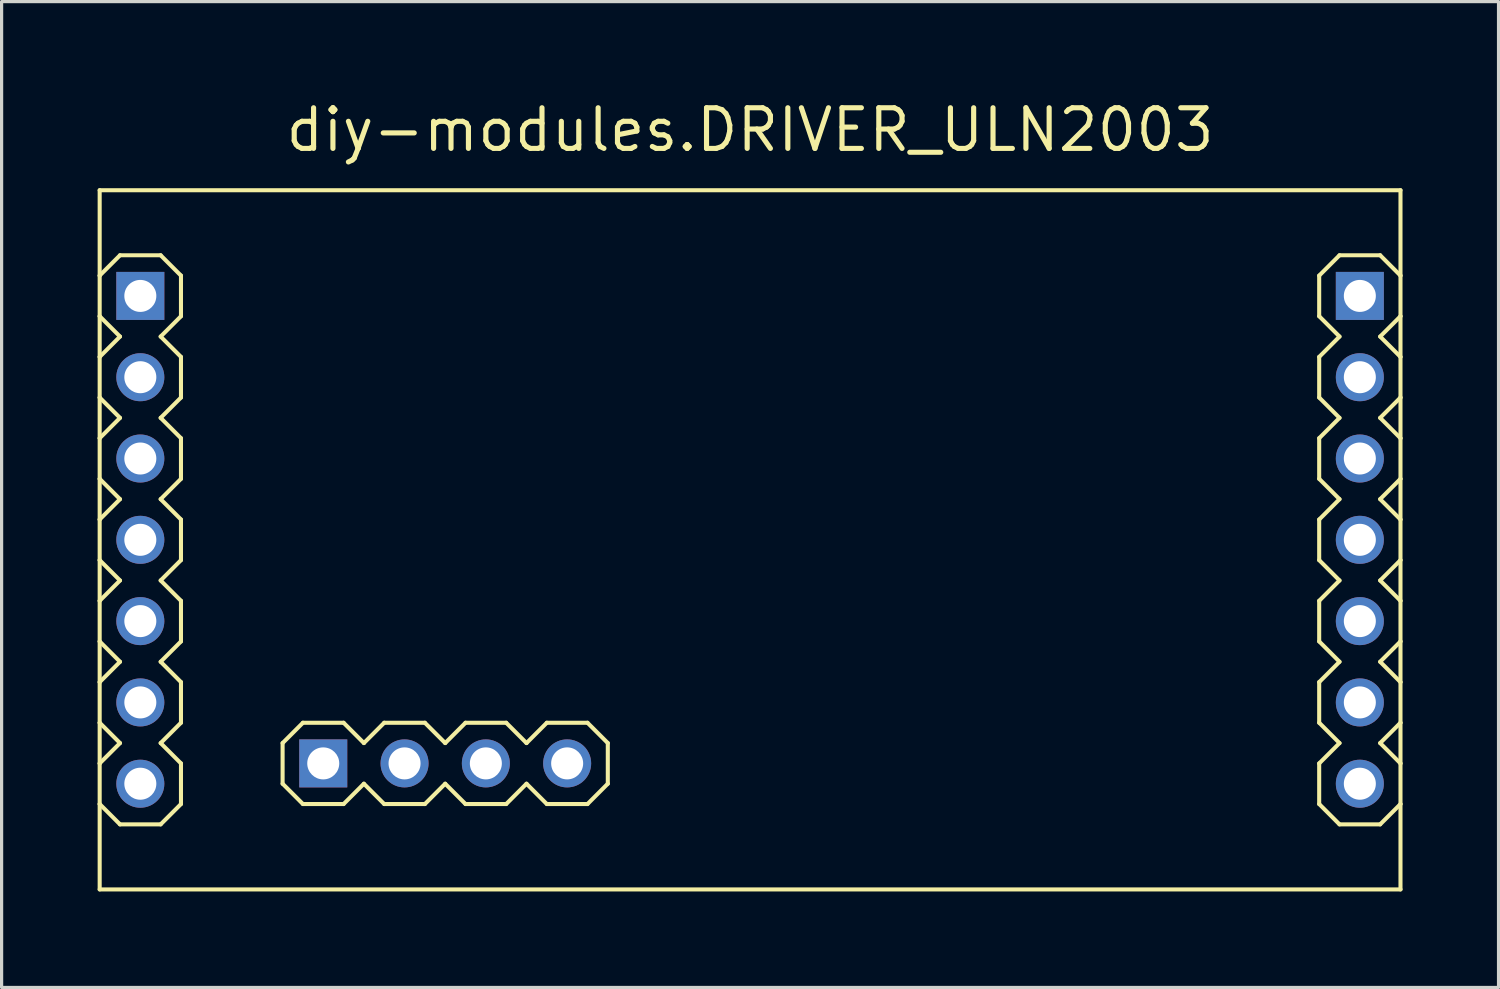
<source format=kicad_pcb>
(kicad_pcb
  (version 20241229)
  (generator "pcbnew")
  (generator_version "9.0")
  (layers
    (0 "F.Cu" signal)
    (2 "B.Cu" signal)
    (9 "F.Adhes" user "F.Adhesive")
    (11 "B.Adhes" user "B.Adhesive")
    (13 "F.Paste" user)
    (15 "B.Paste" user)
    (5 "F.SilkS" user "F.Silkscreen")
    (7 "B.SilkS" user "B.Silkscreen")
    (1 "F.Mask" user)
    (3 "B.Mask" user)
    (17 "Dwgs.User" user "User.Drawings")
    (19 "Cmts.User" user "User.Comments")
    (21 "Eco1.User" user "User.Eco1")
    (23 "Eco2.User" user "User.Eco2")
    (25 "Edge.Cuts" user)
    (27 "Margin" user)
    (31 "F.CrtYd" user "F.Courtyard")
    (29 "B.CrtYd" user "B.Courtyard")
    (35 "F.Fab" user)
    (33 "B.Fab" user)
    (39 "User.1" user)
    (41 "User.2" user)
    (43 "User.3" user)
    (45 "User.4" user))
  (footprint "diy-modules.DRIVER_ULN2003"
    (layer "F.Cu")
    (at 20.384 13.815)
    (property "Reference" "diy-modules.DRIVER_ULN2003" (at 0 -12.065 0) (layer "F.SilkS") (effects (font (size 1.27 1.27) (thickness 0.16)) (justify bottom)))
    (attr through_hole)
    (fp_line (start -20.32 -10.922) (end 20.32 -10.922) (stroke (width 0.127) (type default)) (layer "F.SilkS"))
    (fp_line (start -20.32 -8.255) (end -20.32 -10.922) (stroke (width 0.127) (type default)) (layer "F.SilkS"))
    (fp_line (start -20.32 -8.255) (end -19.685 -8.89) (stroke (width 0.127) (type default)) (layer "F.SilkS"))
    (fp_line (start -20.32 -6.985) (end -20.32 -8.255) (stroke (width 0.127) (type default)) (layer "F.SilkS"))
    (fp_line (start -20.32 -5.715) (end -20.32 -6.985) (stroke (width 0.127) (type default)) (layer "F.SilkS"))
    (fp_line (start -20.32 -5.715) (end -19.685 -6.35) (stroke (width 0.127) (type default)) (layer "F.SilkS"))
    (fp_line (start -20.32 -4.445) (end -20.32 -5.715) (stroke (width 0.127) (type default)) (layer "F.SilkS"))
    (fp_line (start -20.32 -3.175) (end -20.32 -4.445) (stroke (width 0.127) (type default)) (layer "F.SilkS"))
    (fp_line (start -20.32 -3.175) (end -19.685 -3.81) (stroke (width 0.127) (type default)) (layer "F.SilkS"))
    (fp_line (start -20.32 -1.905) (end -20.32 -3.175) (stroke (width 0.127) (type default)) (layer "F.SilkS"))
    (fp_line (start -20.32 -0.635) (end -20.32 -1.905) (stroke (width 0.127) (type default)) (layer "F.SilkS"))
    (fp_line (start -20.32 -0.635) (end -19.685 -1.27) (stroke (width 0.127) (type default)) (layer "F.SilkS"))
    (fp_line (start -20.32 0.635) (end -20.32 -0.635) (stroke (width 0.127) (type default)) (layer "F.SilkS"))
    (fp_line (start -20.32 1.905) (end -20.32 0.635) (stroke (width 0.127) (type default)) (layer "F.SilkS"))
    (fp_line (start -20.32 1.905) (end -19.685 1.27) (stroke (width 0.127) (type default)) (layer "F.SilkS"))
    (fp_line (start -20.32 3.175) (end -20.32 1.905) (stroke (width 0.127) (type default)) (layer "F.SilkS"))
    (fp_line (start -20.32 4.445) (end -20.32 3.175) (stroke (width 0.127) (type default)) (layer "F.SilkS"))
    (fp_line (start -20.32 4.445) (end -19.685 3.81) (stroke (width 0.127) (type default)) (layer "F.SilkS"))
    (fp_line (start -20.32 5.715) (end -20.32 4.445) (stroke (width 0.127) (type default)) (layer "F.SilkS"))
    (fp_line (start -20.32 6.985) (end -20.32 5.715) (stroke (width 0.127) (type default)) (layer "F.SilkS"))
    (fp_line (start -20.32 6.985) (end -19.685 6.35) (stroke (width 0.127) (type default)) (layer "F.SilkS"))
    (fp_line (start -20.32 8.255) (end -20.32 6.985) (stroke (width 0.127) (type default)) (layer "F.SilkS"))
    (fp_line (start -20.32 10.922) (end -20.32 8.255) (stroke (width 0.127) (type default)) (layer "F.SilkS"))
    (fp_line (start -19.685 -8.89) (end -18.415 -8.89) (stroke (width 0.127) (type default)) (layer "F.SilkS"))
    (fp_line (start -19.685 -6.35) (end -20.32 -6.985) (stroke (width 0.127) (type default)) (layer "F.SilkS"))
    (fp_line (start -19.685 -3.81) (end -20.32 -4.445) (stroke (width 0.127) (type default)) (layer "F.SilkS"))
    (fp_line (start -19.685 -1.27) (end -20.32 -1.905) (stroke (width 0.127) (type default)) (layer "F.SilkS"))
    (fp_line (start -19.685 1.27) (end -20.32 0.635) (stroke (width 0.127) (type default)) (layer "F.SilkS"))
    (fp_line (start -19.685 3.81) (end -20.32 3.175) (stroke (width 0.127) (type default)) (layer "F.SilkS"))
    (fp_line (start -19.685 6.35) (end -20.32 5.715) (stroke (width 0.127) (type default)) (layer "F.SilkS"))
    (fp_line (start -19.685 8.89) (end -20.32 8.255) (stroke (width 0.127) (type default)) (layer "F.SilkS"))
    (fp_line (start -18.415 -8.89) (end -17.78 -8.255) (stroke (width 0.127) (type default)) (layer "F.SilkS"))
    (fp_line (start -18.415 -6.35) (end -17.78 -5.715) (stroke (width 0.127) (type default)) (layer "F.SilkS"))
    (fp_line (start -18.415 -3.81) (end -17.78 -3.175) (stroke (width 0.127) (type default)) (layer "F.SilkS"))
    (fp_line (start -18.415 -1.27) (end -17.78 -0.635) (stroke (width 0.127) (type default)) (layer "F.SilkS"))
    (fp_line (start -18.415 1.27) (end -17.78 1.905) (stroke (width 0.127) (type default)) (layer "F.SilkS"))
    (fp_line (start -18.415 3.81) (end -17.78 4.445) (stroke (width 0.127) (type default)) (layer "F.SilkS"))
    (fp_line (start -18.415 6.35) (end -17.78 6.985) (stroke (width 0.127) (type default)) (layer "F.SilkS"))
    (fp_line (start -18.415 8.89) (end -19.685 8.89) (stroke (width 0.127) (type default)) (layer "F.SilkS"))
    (fp_line (start -17.78 -8.255) (end -17.78 -6.985) (stroke (width 0.127) (type default)) (layer "F.SilkS"))
    (fp_line (start -17.78 -6.985) (end -18.415 -6.35) (stroke (width 0.127) (type default)) (layer "F.SilkS"))
    (fp_line (start -17.78 -5.715) (end -17.78 -4.445) (stroke (width 0.127) (type default)) (layer "F.SilkS"))
    (fp_line (start -17.78 -4.445) (end -18.415 -3.81) (stroke (width 0.127) (type default)) (layer "F.SilkS"))
    (fp_line (start -17.78 -3.175) (end -17.78 -1.905) (stroke (width 0.127) (type default)) (layer "F.SilkS"))
    (fp_line (start -17.78 -1.905) (end -18.415 -1.27) (stroke (width 0.127) (type default)) (layer "F.SilkS"))
    (fp_line (start -17.78 -0.635) (end -17.78 0.635) (stroke (width 0.127) (type default)) (layer "F.SilkS"))
    (fp_line (start -17.78 0.635) (end -18.415 1.27) (stroke (width 0.127) (type default)) (layer "F.SilkS"))
    (fp_line (start -17.78 1.905) (end -17.78 3.175) (stroke (width 0.127) (type default)) (layer "F.SilkS"))
    (fp_line (start -17.78 3.175) (end -18.415 3.81) (stroke (width 0.127) (type default)) (layer "F.SilkS"))
    (fp_line (start -17.78 4.445) (end -17.78 5.715) (stroke (width 0.127) (type default)) (layer "F.SilkS"))
    (fp_line (start -17.78 5.715) (end -18.415 6.35) (stroke (width 0.127) (type default)) (layer "F.SilkS"))
    (fp_line (start -17.78 6.985) (end -17.78 8.255) (stroke (width 0.127) (type default)) (layer "F.SilkS"))
    (fp_line (start -17.78 8.255) (end -18.415 8.89) (stroke (width 0.127) (type default)) (layer "F.SilkS"))
    (fp_line (start -14.605 6.35) (end -13.97 5.715) (stroke (width 0.127) (type default)) (layer "F.SilkS"))
    (fp_line (start -14.605 7.62) (end -14.605 6.35) (stroke (width 0.127) (type default)) (layer "F.SilkS"))
    (fp_line (start -13.97 5.715) (end -12.7 5.715) (stroke (width 0.127) (type default)) (layer "F.SilkS"))
    (fp_line (start -13.97 8.255) (end -14.605 7.62) (stroke (width 0.127) (type default)) (layer "F.SilkS"))
    (fp_line (start -12.7 5.715) (end -12.065 6.35) (stroke (width 0.127) (type default)) (layer "F.SilkS"))
    (fp_line (start -12.7 8.255) (end -13.97 8.255) (stroke (width 0.127) (type default)) (layer "F.SilkS"))
    (fp_line (start -12.065 6.35) (end -11.43 5.715) (stroke (width 0.127) (type default)) (layer "F.SilkS"))
    (fp_line (start -12.065 7.62) (end -12.7 8.255) (stroke (width 0.127) (type default)) (layer "F.SilkS"))
    (fp_line (start -11.43 5.715) (end -10.16 5.715) (stroke (width 0.127) (type default)) (layer "F.SilkS"))
    (fp_line (start -11.43 8.255) (end -12.065 7.62) (stroke (width 0.127) (type default)) (layer "F.SilkS"))
    (fp_line (start -10.16 5.715) (end -9.525 6.35) (stroke (width 0.127) (type default)) (layer "F.SilkS"))
    (fp_line (start -10.16 8.255) (end -11.43 8.255) (stroke (width 0.127) (type default)) (layer "F.SilkS"))
    (fp_line (start -9.525 6.35) (end -8.89 5.715) (stroke (width 0.127) (type default)) (layer "F.SilkS"))
    (fp_line (start -9.525 7.62) (end -10.16 8.255) (stroke (width 0.127) (type default)) (layer "F.SilkS"))
    (fp_line (start -8.89 5.715) (end -7.62 5.715) (stroke (width 0.127) (type default)) (layer "F.SilkS"))
    (fp_line (start -8.89 8.255) (end -9.525 7.62) (stroke (width 0.127) (type default)) (layer "F.SilkS"))
    (fp_line (start -7.62 5.715) (end -6.985 6.35) (stroke (width 0.127) (type default)) (layer "F.SilkS"))
    (fp_line (start -7.62 8.255) (end -8.89 8.255) (stroke (width 0.127) (type default)) (layer "F.SilkS"))
    (fp_line (start -6.985 6.35) (end -6.35 5.715) (stroke (width 0.127) (type default)) (layer "F.SilkS"))
    (fp_line (start -6.985 7.62) (end -7.62 8.255) (stroke (width 0.127) (type default)) (layer "F.SilkS"))
    (fp_line (start -6.35 5.715) (end -5.08 5.715) (stroke (width 0.127) (type default)) (layer "F.SilkS"))
    (fp_line (start -6.35 8.255) (end -6.985 7.62) (stroke (width 0.127) (type default)) (layer "F.SilkS"))
    (fp_line (start -5.08 5.715) (end -4.445 6.35) (stroke (width 0.127) (type default)) (layer "F.SilkS"))
    (fp_line (start -5.08 8.255) (end -6.35 8.255) (stroke (width 0.127) (type default)) (layer "F.SilkS"))
    (fp_line (start -4.445 6.35) (end -4.445 7.62) (stroke (width 0.127) (type default)) (layer "F.SilkS"))
    (fp_line (start -4.445 7.62) (end -5.08 8.255) (stroke (width 0.127) (type default)) (layer "F.SilkS"))
    (fp_line (start 17.78 -8.255) (end 18.415 -8.89) (stroke (width 0.127) (type default)) (layer "F.SilkS"))
    (fp_line (start 17.78 -6.985) (end 17.78 -8.255) (stroke (width 0.127) (type default)) (layer "F.SilkS"))
    (fp_line (start 17.78 -5.715) (end 18.415 -6.35) (stroke (width 0.127) (type default)) (layer "F.SilkS"))
    (fp_line (start 17.78 -4.445) (end 17.78 -5.715) (stroke (width 0.127) (type default)) (layer "F.SilkS"))
    (fp_line (start 17.78 -3.175) (end 18.415 -3.81) (stroke (width 0.127) (type default)) (layer "F.SilkS"))
    (fp_line (start 17.78 -1.905) (end 17.78 -3.175) (stroke (width 0.127) (type default)) (layer "F.SilkS"))
    (fp_line (start 17.78 -0.635) (end 18.415 -1.27) (stroke (width 0.127) (type default)) (layer "F.SilkS"))
    (fp_line (start 17.78 0.635) (end 17.78 -0.635) (stroke (width 0.127) (type default)) (layer "F.SilkS"))
    (fp_line (start 17.78 1.905) (end 18.415 1.27) (stroke (width 0.127) (type default)) (layer "F.SilkS"))
    (fp_line (start 17.78 3.175) (end 17.78 1.905) (stroke (width 0.127) (type default)) (layer "F.SilkS"))
    (fp_line (start 17.78 4.445) (end 18.415 3.81) (stroke (width 0.127) (type default)) (layer "F.SilkS"))
    (fp_line (start 17.78 5.715) (end 17.78 4.445) (stroke (width 0.127) (type default)) (layer "F.SilkS"))
    (fp_line (start 17.78 6.985) (end 18.415 6.35) (stroke (width 0.127) (type default)) (layer "F.SilkS"))
    (fp_line (start 17.78 8.255) (end 17.78 6.985) (stroke (width 0.127) (type default)) (layer "F.SilkS"))
    (fp_line (start 18.415 -8.89) (end 19.685 -8.89) (stroke (width 0.127) (type default)) (layer "F.SilkS"))
    (fp_line (start 18.415 -6.35) (end 17.78 -6.985) (stroke (width 0.127) (type default)) (layer "F.SilkS"))
    (fp_line (start 18.415 -3.81) (end 17.78 -4.445) (stroke (width 0.127) (type default)) (layer "F.SilkS"))
    (fp_line (start 18.415 -1.27) (end 17.78 -1.905) (stroke (width 0.127) (type default)) (layer "F.SilkS"))
    (fp_line (start 18.415 1.27) (end 17.78 0.635) (stroke (width 0.127) (type default)) (layer "F.SilkS"))
    (fp_line (start 18.415 3.81) (end 17.78 3.175) (stroke (width 0.127) (type default)) (layer "F.SilkS"))
    (fp_line (start 18.415 6.35) (end 17.78 5.715) (stroke (width 0.127) (type default)) (layer "F.SilkS"))
    (fp_line (start 18.415 8.89) (end 17.78 8.255) (stroke (width 0.127) (type default)) (layer "F.SilkS"))
    (fp_line (start 19.685 -8.89) (end 20.32 -8.255) (stroke (width 0.127) (type default)) (layer "F.SilkS"))
    (fp_line (start 19.685 -6.35) (end 20.32 -5.715) (stroke (width 0.127) (type default)) (layer "F.SilkS"))
    (fp_line (start 19.685 -3.81) (end 20.32 -3.175) (stroke (width 0.127) (type default)) (layer "F.SilkS"))
    (fp_line (start 19.685 -1.27) (end 20.32 -0.635) (stroke (width 0.127) (type default)) (layer "F.SilkS"))
    (fp_line (start 19.685 1.27) (end 20.32 1.905) (stroke (width 0.127) (type default)) (layer "F.SilkS"))
    (fp_line (start 19.685 3.81) (end 20.32 4.445) (stroke (width 0.127) (type default)) (layer "F.SilkS"))
    (fp_line (start 19.685 6.35) (end 20.32 6.985) (stroke (width 0.127) (type default)) (layer "F.SilkS"))
    (fp_line (start 19.685 8.89) (end 18.415 8.89) (stroke (width 0.127) (type default)) (layer "F.SilkS"))
    (fp_line (start 20.32 -10.922) (end 20.32 -8.255) (stroke (width 0.127) (type default)) (layer "F.SilkS"))
    (fp_line (start 20.32 -8.255) (end 20.32 -6.985) (stroke (width 0.127) (type default)) (layer "F.SilkS"))
    (fp_line (start 20.32 -6.985) (end 19.685 -6.35) (stroke (width 0.127) (type default)) (layer "F.SilkS"))
    (fp_line (start 20.32 -6.985) (end 20.32 -5.715) (stroke (width 0.127) (type default)) (layer "F.SilkS"))
    (fp_line (start 20.32 -5.715) (end 20.32 -4.445) (stroke (width 0.127) (type default)) (layer "F.SilkS"))
    (fp_line (start 20.32 -4.445) (end 19.685 -3.81) (stroke (width 0.127) (type default)) (layer "F.SilkS"))
    (fp_line (start 20.32 -4.445) (end 20.32 -3.175) (stroke (width 0.127) (type default)) (layer "F.SilkS"))
    (fp_line (start 20.32 -3.175) (end 20.32 -1.905) (stroke (width 0.127) (type default)) (layer "F.SilkS"))
    (fp_line (start 20.32 -1.905) (end 19.685 -1.27) (stroke (width 0.127) (type default)) (layer "F.SilkS"))
    (fp_line (start 20.32 -1.905) (end 20.32 -0.635) (stroke (width 0.127) (type default)) (layer "F.SilkS"))
    (fp_line (start 20.32 -0.635) (end 20.32 0.635) (stroke (width 0.127) (type default)) (layer "F.SilkS"))
    (fp_line (start 20.32 0.635) (end 19.685 1.27) (stroke (width 0.127) (type default)) (layer "F.SilkS"))
    (fp_line (start 20.32 0.635) (end 20.32 1.905) (stroke (width 0.127) (type default)) (layer "F.SilkS"))
    (fp_line (start 20.32 1.905) (end 20.32 3.175) (stroke (width 0.127) (type default)) (layer "F.SilkS"))
    (fp_line (start 20.32 3.175) (end 19.685 3.81) (stroke (width 0.127) (type default)) (layer "F.SilkS"))
    (fp_line (start 20.32 3.175) (end 20.32 4.445) (stroke (width 0.127) (type default)) (layer "F.SilkS"))
    (fp_line (start 20.32 4.445) (end 20.32 5.715) (stroke (width 0.127) (type default)) (layer "F.SilkS"))
    (fp_line (start 20.32 5.715) (end 19.685 6.35) (stroke (width 0.127) (type default)) (layer "F.SilkS"))
    (fp_line (start 20.32 5.715) (end 20.32 6.985) (stroke (width 0.127) (type default)) (layer "F.SilkS"))
    (fp_line (start 20.32 6.985) (end 20.32 8.255) (stroke (width 0.127) (type default)) (layer "F.SilkS"))
    (fp_line (start 20.32 8.255) (end 19.685 8.89) (stroke (width 0.127) (type default)) (layer "F.SilkS"))
    (fp_line (start 20.32 8.255) (end 20.32 10.922) (stroke (width 0.127) (type default)) (layer "F.SilkS"))
    (fp_line (start 20.32 10.922) (end -20.32 10.922) (stroke (width 0.127) (type default)) (layer "F.SilkS"))
    (pad "J1.1" thru_hole rect (at -19.05 -7.62) (size 1.5 1.5) (drill 1) (layers "*.Cu" "*.Mask"))
    (pad "J1.2" thru_hole circle (at -19.05 -5.08) (size 1.5 1.5) (drill 1) (layers "*.Cu" "*.Mask"))
    (pad "J1.3" thru_hole circle (at -19.05 -2.54) (size 1.5 1.5) (drill 1) (layers "*.Cu" "*.Mask"))
    (pad "J1.4" thru_hole circle (at -19.05 0) (size 1.5 1.5) (drill 1) (layers "*.Cu" "*.Mask"))
    (pad "J1.5" thru_hole circle (at -19.05 2.54) (size 1.5 1.5) (drill 1) (layers "*.Cu" "*.Mask"))
    (pad "J1.6" thru_hole circle (at -19.05 5.08) (size 1.5 1.5) (drill 1) (layers "*.Cu" "*.Mask"))
    (pad "J1.7" thru_hole circle (at -19.05 7.62) (size 1.5 1.5) (drill 1) (layers "*.Cu" "*.Mask"))
    (pad "J2.1" thru_hole rect (at 19.05 -7.62) (size 1.5 1.5) (drill 1) (layers "*.Cu" "*.Mask"))
    (pad "J2.2" thru_hole circle (at 19.05 -5.08) (size 1.5 1.5) (drill 1) (layers "*.Cu" "*.Mask"))
    (pad "J2.3" thru_hole circle (at 19.05 -2.54) (size 1.5 1.5) (drill 1) (layers "*.Cu" "*.Mask"))
    (pad "J2.4" thru_hole circle (at 19.05 0) (size 1.5 1.5) (drill 1) (layers "*.Cu" "*.Mask"))
    (pad "J2.5" thru_hole circle (at 19.05 2.54) (size 1.5 1.5) (drill 1) (layers "*.Cu" "*.Mask"))
    (pad "J2.6" thru_hole circle (at 19.05 5.08) (size 1.5 1.5) (drill 1) (layers "*.Cu" "*.Mask"))
    (pad "J2.7" thru_hole circle (at 19.05 7.62) (size 1.5 1.5) (drill 1) (layers "*.Cu" "*.Mask"))
    (pad "J3.1" thru_hole rect (at -13.335 6.985) (size 1.5 1.5) (drill 1) (layers "*.Cu" "*.Mask"))
    (pad "J3.2" thru_hole circle (at -10.795 6.985) (size 1.5 1.5) (drill 1) (layers "*.Cu" "*.Mask"))
    (pad "J3.3" thru_hole circle (at -8.255 6.985) (size 1.5 1.5) (drill 1) (layers "*.Cu" "*.Mask"))
    (pad "J3.4" thru_hole circle (at -5.715 6.985) (size 1.5 1.5) (drill 1) (layers "*.Cu" "*.Mask")))
  (gr_rect
    (start -3 -3)
    (end 43.767 27.8)
    (stroke (width 0.1) (type default))
    (fill no)
    (layer "Edge.Cuts")))
</source>
